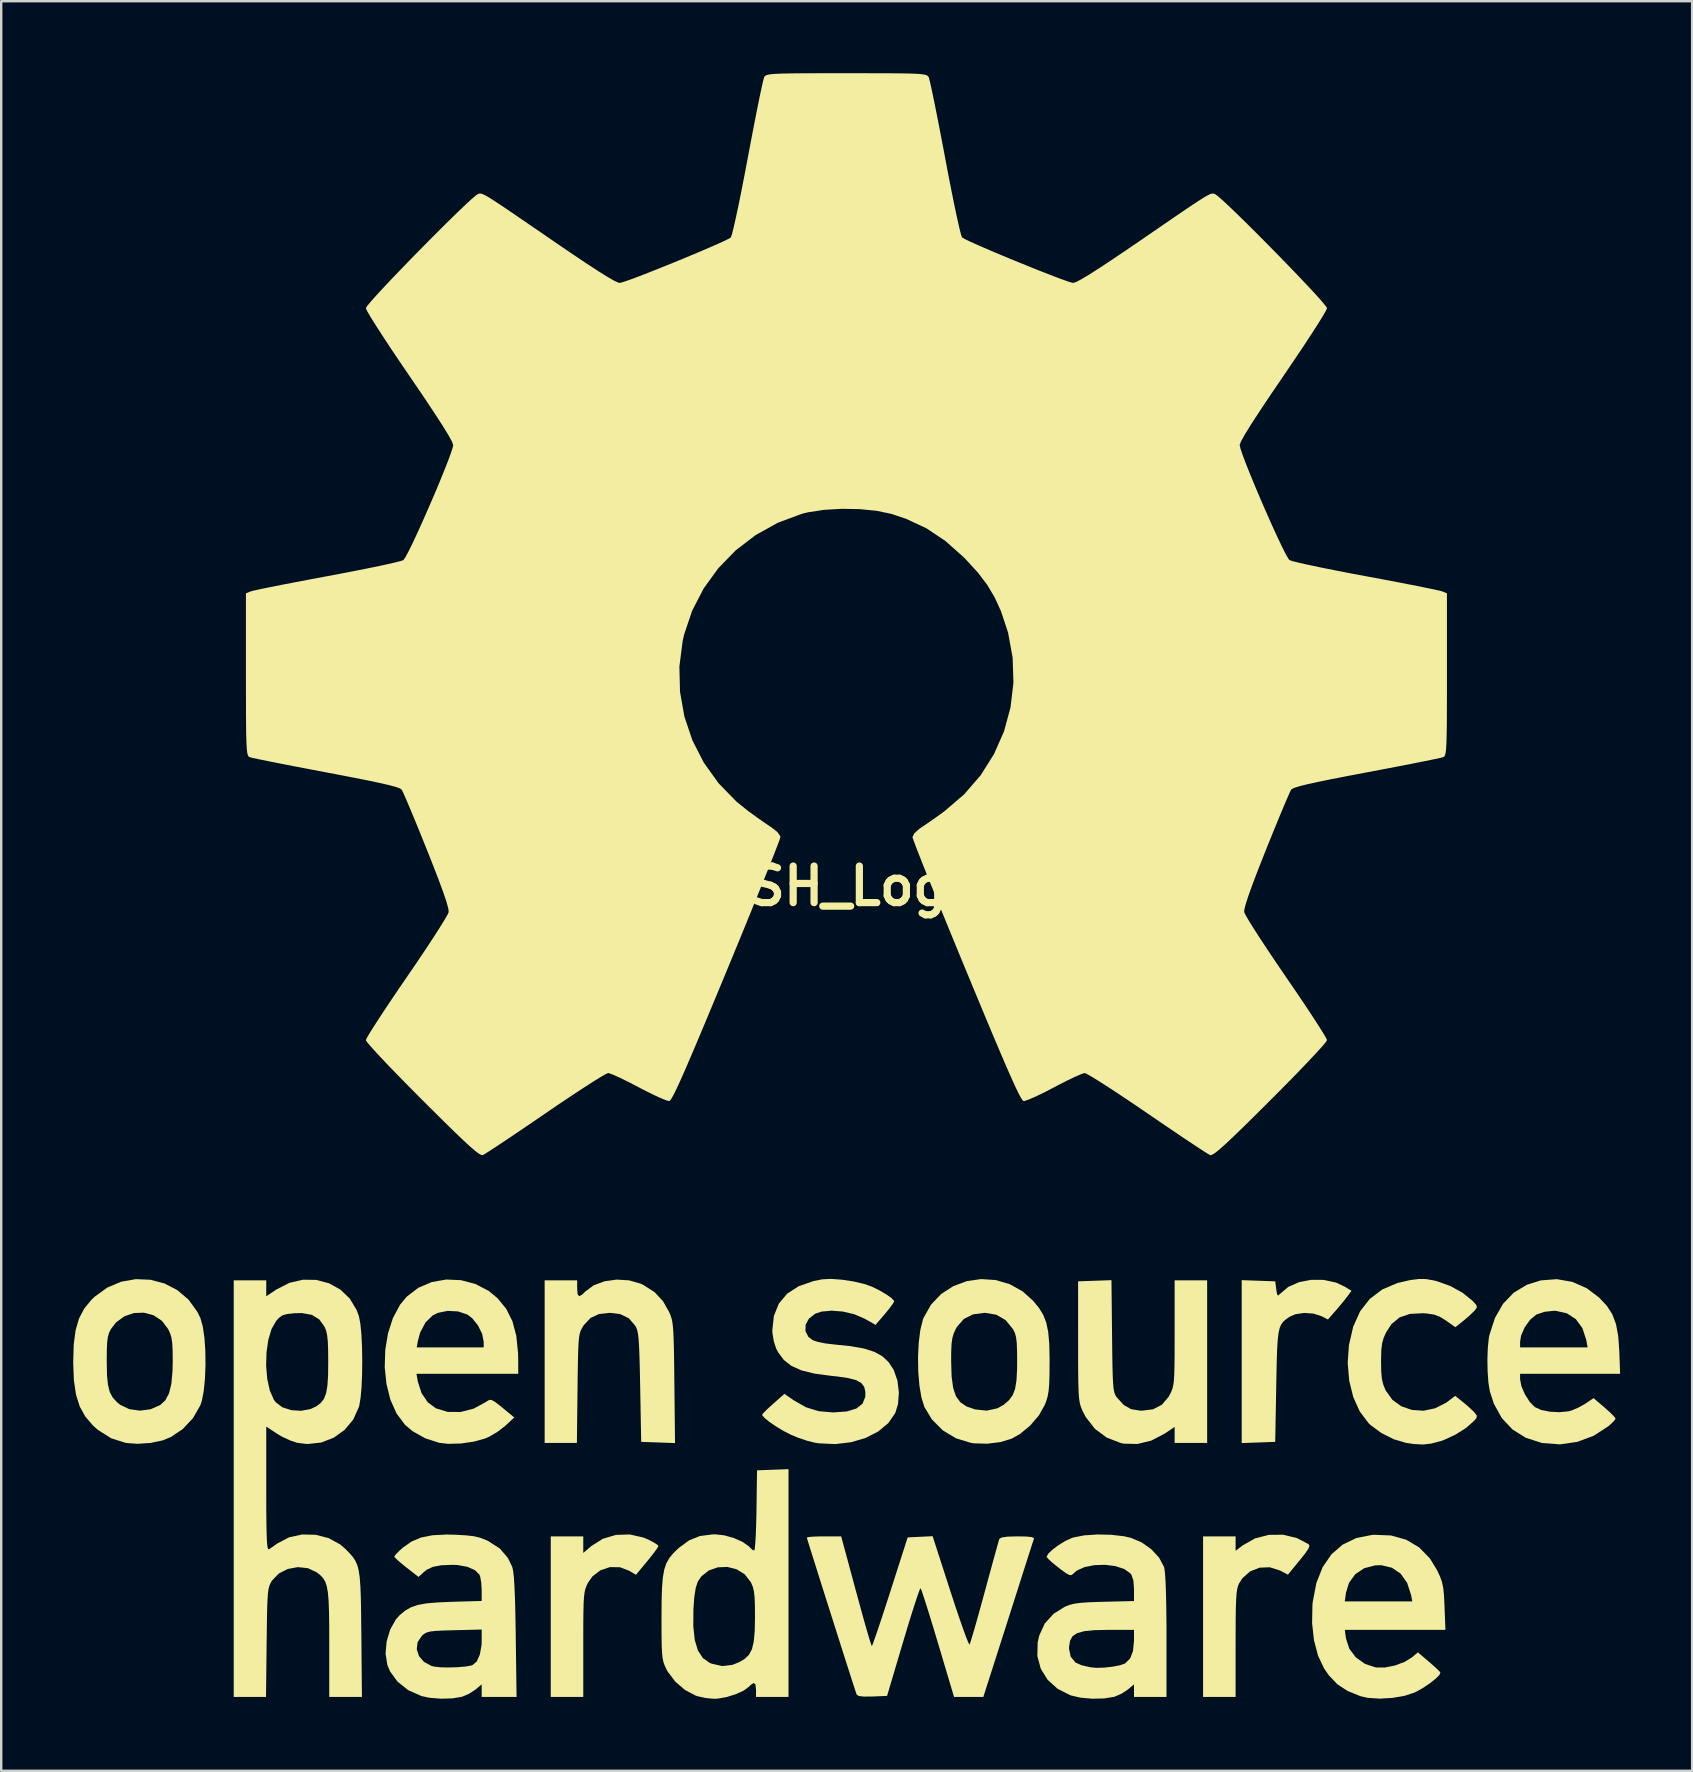
<source format=kicad_pcb>
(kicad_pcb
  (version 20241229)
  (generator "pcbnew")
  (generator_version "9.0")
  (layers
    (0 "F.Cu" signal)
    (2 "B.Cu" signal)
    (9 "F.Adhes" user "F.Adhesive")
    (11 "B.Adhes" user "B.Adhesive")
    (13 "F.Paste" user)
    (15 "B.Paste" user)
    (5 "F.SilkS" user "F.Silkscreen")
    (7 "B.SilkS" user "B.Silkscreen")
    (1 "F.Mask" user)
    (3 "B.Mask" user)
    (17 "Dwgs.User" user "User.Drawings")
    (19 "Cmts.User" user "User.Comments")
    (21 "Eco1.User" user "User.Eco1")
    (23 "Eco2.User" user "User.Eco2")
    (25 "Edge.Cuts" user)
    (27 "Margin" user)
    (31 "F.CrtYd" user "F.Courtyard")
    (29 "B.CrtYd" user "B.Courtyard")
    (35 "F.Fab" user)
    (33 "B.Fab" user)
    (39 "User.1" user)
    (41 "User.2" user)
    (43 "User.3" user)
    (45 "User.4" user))
  (footprint "OSH_Logo"
    (layer "F.Cu")
    (at 32.173 33.867)
    (property "Reference" "OSH_Logo" (at 0 0 0) (layer "F.SilkS") (effects (font (size 1.524 1.524) (thickness 0.3))))
    (attr board_only exclude_from_pos_files exclude_from_bom)
    (fp_poly (pts (xy 18.807 27.162) (xy 19.295 27.417) (xy 19.331 27.483) (xy 19.292 27.6) (xy 19.164 27.791) (xy 18.935 28.081) (xy 18.924 28.094) (xy 18.435 28.688) (xy 18.104 28.515) (xy 17.679 28.38) (xy 17.253 28.397) (xy 16.86 28.553) (xy 16.538 28.838) (xy 16.404 29.047) (xy 16.359 29.153) (xy 16.323 29.287) (xy 16.297 29.47) (xy 16.279 29.722) (xy 16.266 30.066) (xy 16.26 30.523) (xy 16.257 31.115) (xy 16.256 31.559) (xy 16.256 33.782) (xy 14.901 33.782) (xy 14.901 27.093) (xy 16.256 27.093) (xy 16.256 27.695) (xy 16.552 27.469) (xy 17.067 27.178) (xy 17.638 27.03) (xy 18.23 27.024)) (stroke (width 0) (type solid)) (fill yes) (layer "F.SilkS"))
    (fp_poly (pts (xy -8.416 27.142) (xy -8.234 27.217) (xy -7.994 27.34) (xy -7.833 27.444) (xy -7.789 27.494) (xy -7.84 27.587) (xy -7.976 27.775) (xy -8.171 28.023) (xy -8.259 28.13) (xy -8.728 28.695) (xy -8.999 28.53) (xy -9.398 28.378) (xy -9.814 28.374) (xy -10.209 28.506) (xy -10.542 28.763) (xy -10.732 29.037) (xy -10.79 29.16) (xy -10.835 29.283) (xy -10.868 29.429) (xy -10.892 29.622) (xy -10.907 29.883) (xy -10.916 30.237) (xy -10.921 30.705) (xy -10.922 31.31) (xy -10.922 31.599) (xy -10.922 33.782) (xy -12.277 33.782) (xy -12.277 27.093) (xy -10.922 27.093) (xy -10.922 27.784) (xy -10.584 27.495) (xy -10.108 27.194) (xy -9.564 27.032) (xy -8.988 27.013)) (stroke (width 0) (type solid)) (fill yes) (layer "F.SilkS"))
    (fp_poly (pts (xy 19.926 16.408) (xy 20.433 16.517) (xy 20.805 16.691) (xy 21.083 16.863) (xy 20.918 17.089) (xy 20.767 17.282) (xy 20.56 17.532) (xy 20.428 17.686) (xy 20.102 18.057) (xy 19.834 17.919) (xy 19.497 17.811) (xy 19.108 17.785) (xy 18.741 17.84) (xy 18.516 17.938) (xy 18.368 18.038) (xy 18.251 18.137) (xy 18.161 18.254) (xy 18.093 18.409) (xy 18.044 18.623) (xy 18.01 18.916) (xy 17.986 19.308) (xy 17.97 19.819) (xy 17.956 20.47) (xy 17.949 20.828) (xy 17.907 23.156) (xy 17.209 23.181) (xy 16.51 23.206) (xy 16.51 16.418) (xy 17.907 16.468) (xy 17.949 16.799) (xy 17.983 17.002) (xy 18.025 17.062) (xy 18.096 17.003) (xy 18.107 16.991) (xy 18.448 16.701) (xy 18.893 16.504) (xy 19.399 16.405)) (stroke (width 0) (type solid)) (fill yes) (layer "F.SilkS"))
    (fp_poly (pts (xy 11.109 18.744) (xy 11.117 19.435) (xy 11.125 19.978) (xy 11.136 20.392) (xy 11.151 20.699) (xy 11.171 20.919) (xy 11.198 21.072) (xy 11.233 21.18) (xy 11.279 21.263) (xy 11.308 21.304) (xy 11.595 21.618) (xy 11.901 21.793) (xy 12.279 21.855) (xy 12.345 21.857) (xy 12.815 21.799) (xy 13.182 21.61) (xy 13.463 21.282) (xy 13.525 21.168) (xy 13.584 21.046) (xy 13.629 20.924) (xy 13.662 20.778) (xy 13.686 20.586) (xy 13.701 20.325) (xy 13.71 19.972) (xy 13.715 19.504) (xy 13.716 18.899) (xy 13.716 18.609) (xy 13.716 16.425) (xy 15.071 16.425) (xy 15.071 23.199) (xy 13.716 23.199) (xy 13.716 22.533) (xy 13.295 22.816) (xy 12.741 23.104) (xy 12.166 23.244) (xy 11.602 23.231) (xy 11.472 23.204) (xy 10.886 22.978) (xy 10.397 22.615) (xy 10.014 22.124) (xy 9.89 21.886) (xy 9.834 21.759) (xy 9.79 21.635) (xy 9.756 21.491) (xy 9.732 21.308) (xy 9.715 21.064) (xy 9.704 20.737) (xy 9.698 20.307) (xy 9.695 19.753) (xy 9.695 19.052) (xy 9.695 18.965) (xy 9.694 16.468) (xy 10.389 16.443) (xy 11.084 16.419)) (stroke (width 0) (type solid)) (fill yes) (layer "F.SilkS"))
    (fp_poly (pts (xy -9.014 16.426) (xy -8.531 16.565) (xy -8.424 16.615) (xy -7.952 16.918) (xy -7.6 17.295) (xy -7.349 17.738) (xy -7.293 17.865) (xy -7.249 17.993) (xy -7.215 18.141) (xy -7.189 18.331) (xy -7.169 18.584) (xy -7.155 18.921) (xy -7.144 19.364) (xy -7.135 19.932) (xy -7.127 20.648) (xy -7.127 20.683) (xy -7.099 23.206) (xy -8.509 23.156) (xy -8.551 20.87) (xy -8.565 20.178) (xy -8.579 19.634) (xy -8.595 19.218) (xy -8.614 18.908) (xy -8.638 18.684) (xy -8.669 18.524) (xy -8.708 18.408) (xy -8.753 18.321) (xy -9.022 18.01) (xy -9.379 17.833) (xy -9.817 17.78) (xy -10.273 17.831) (xy -10.623 17.996) (xy -10.897 18.291) (xy -10.935 18.349) (xy -10.995 18.451) (xy -11.041 18.554) (xy -11.077 18.682) (xy -11.103 18.855) (xy -11.122 19.096) (xy -11.136 19.426) (xy -11.146 19.867) (xy -11.155 20.44) (xy -11.161 20.934) (xy -11.188 23.199) (xy -12.531 23.199) (xy -12.531 16.425) (xy -11.176 16.425) (xy -11.176 16.764) (xy -11.158 17.005) (xy -11.094 17.088) (xy -10.965 17.017) (xy -10.839 16.893) (xy -10.489 16.634) (xy -10.038 16.466) (xy -9.531 16.395)) (stroke (width 0) (type solid)) (fill yes) (layer "F.SilkS"))
    (fp_poly (pts (xy -16.016 16.419) (xy -15.415 16.578) (xy -14.861 16.868) (xy -14.49 17.175) (xy -14.13 17.617) (xy -13.874 18.129) (xy -13.712 18.736) (xy -13.639 19.461) (xy -13.632 19.791) (xy -13.631 20.32) (xy -17.872 20.32) (xy -17.816 20.637) (xy -17.662 21.123) (xy -17.402 21.507) (xy -17.06 21.759) (xy -16.566 21.908) (xy -16.031 21.911) (xy -15.491 21.772) (xy -14.982 21.497) (xy -14.94 21.467) (xy -14.842 21.409) (xy -14.743 21.41) (xy -14.605 21.485) (xy -14.392 21.649) (xy -14.282 21.74) (xy -13.796 22.14) (xy -14.182 22.495) (xy -14.48 22.726) (xy -14.821 22.93) (xy -15.01 23.015) (xy -15.486 23.147) (xy -16.023 23.224) (xy -16.546 23.238) (xy -16.922 23.196) (xy -17.505 23.008) (xy -18.035 22.711) (xy -18.348 22.447) (xy -18.7 21.977) (xy -18.958 21.398) (xy -19.122 20.743) (xy -19.194 20.044) (xy -19.172 19.332) (xy -19.154 19.219) (xy -17.86 19.219) (xy -15.071 19.219) (xy -15.071 18.979) (xy -15.137 18.652) (xy -15.308 18.306) (xy -15.545 18.008) (xy -15.749 17.852) (xy -16.138 17.721) (xy -16.57 17.698) (xy -16.978 17.78) (xy -17.196 17.887) (xy -17.498 18.183) (xy -17.717 18.6) (xy -17.811 18.944) (xy -17.86 19.219) (xy -19.154 19.219) (xy -19.059 18.64) (xy -18.854 18) (xy -18.557 17.445) (xy -18.281 17.109) (xy -17.795 16.737) (xy -17.236 16.498) (xy -16.632 16.392)) (stroke (width 0) (type solid)) (fill yes) (layer "F.SilkS"))
    (fp_poly (pts (xy 22.733 27.056) (xy 23.361 27.232) (xy 23.902 27.552) (xy 24.35 28.011) (xy 24.647 28.496) (xy 24.771 28.761) (xy 24.853 28.989) (xy 24.906 29.232) (xy 24.937 29.537) (xy 24.958 29.955) (xy 24.961 30.023) (xy 24.998 30.988) (xy 20.806 30.988) (xy 20.853 31.341) (xy 20.992 31.771) (xy 21.266 32.135) (xy 21.648 32.407) (xy 22.097 32.554) (xy 22.473 32.557) (xy 22.903 32.471) (xy 23.312 32.316) (xy 23.604 32.133) (xy 23.851 31.925) (xy 24.308 32.314) (xy 24.537 32.514) (xy 24.709 32.675) (xy 24.788 32.763) (xy 24.789 32.765) (xy 24.747 32.867) (xy 24.591 33.024) (xy 24.357 33.21) (xy 24.079 33.398) (xy 23.793 33.56) (xy 23.711 33.6) (xy 23.289 33.738) (xy 22.781 33.824) (xy 22.25 33.853) (xy 21.762 33.82) (xy 21.463 33.753) (xy 20.919 33.532) (xy 20.495 33.255) (xy 20.144 32.886) (xy 19.943 32.597) (xy 19.692 32.068) (xy 19.523 31.427) (xy 19.443 30.711) (xy 19.457 29.958) (xy 19.471 29.814) (xy 19.474 29.803) (xy 20.806 29.803) (xy 23.618 29.803) (xy 23.565 29.527) (xy 23.402 29.027) (xy 23.133 28.648) (xy 22.772 28.401) (xy 22.33 28.295) (xy 22.077 28.3) (xy 21.614 28.42) (xy 21.24 28.671) (xy 20.978 29.033) (xy 20.853 29.45) (xy 20.806 29.803) (xy 19.474 29.803) (xy 19.621 29.036) (xy 19.882 28.377) (xy 20.249 27.842) (xy 20.717 27.436) (xy 21.282 27.164) (xy 21.939 27.033) (xy 22.024 27.027)) (stroke (width 0) (type solid)) (fill yes) (layer "F.SilkS"))
    (fp_poly (pts (xy 30.284 16.489) (xy 30.891 16.758) (xy 31.4 17.143) (xy 31.722 17.485) (xy 31.952 17.843) (xy 32.106 18.253) (xy 32.198 18.754) (xy 32.242 19.367) (xy 32.276 20.32) (xy 28.109 20.32) (xy 28.109 20.556) (xy 28.166 20.845) (xy 28.312 21.179) (xy 28.511 21.49) (xy 28.722 21.707) (xy 28.986 21.826) (xy 29.35 21.899) (xy 29.75 21.92) (xy 30.122 21.883) (xy 30.255 21.848) (xy 30.528 21.732) (xy 30.815 21.573) (xy 30.863 21.541) (xy 31.169 21.333) (xy 31.629 21.726) (xy 31.855 21.928) (xy 32.019 22.092) (xy 32.088 22.184) (xy 32.089 22.187) (xy 32.029 22.277) (xy 31.877 22.426) (xy 31.79 22.502) (xy 31.176 22.901) (xy 30.492 23.156) (xy 29.77 23.26) (xy 29.039 23.204) (xy 28.998 23.196) (xy 28.343 22.984) (xy 27.792 22.639) (xy 27.348 22.167) (xy 27.018 21.571) (xy 26.847 21.046) (xy 26.789 20.686) (xy 26.756 20.221) (xy 26.747 19.713) (xy 26.765 19.224) (xy 26.791 18.979) (xy 28.109 18.979) (xy 28.109 19.219) (xy 30.922 19.219) (xy 30.864 18.902) (xy 30.704 18.415) (xy 30.432 18.044) (xy 30.062 17.801) (xy 29.606 17.698) (xy 29.514 17.695) (xy 29.128 17.737) (xy 28.8 17.846) (xy 28.787 17.852) (xy 28.528 18.066) (xy 28.302 18.38) (xy 28.15 18.728) (xy 28.109 18.979) (xy 26.791 18.979) (xy 26.808 18.818) (xy 26.829 18.711) (xy 27.061 17.992) (xy 27.401 17.4) (xy 27.847 16.938) (xy 28.396 16.608) (xy 28.973 16.428) (xy 29.638 16.377)) (stroke (width 0) (type solid)) (fill yes) (layer "F.SilkS"))
    (fp_poly (pts (xy 24.182 16.372) (xy 24.502 16.428) (xy 24.639 16.461) (xy 25.19 16.657) (xy 25.705 16.939) (xy 26.123 17.274) (xy 26.16 17.312) (xy 26.289 17.461) (xy 26.307 17.559) (xy 26.222 17.676) (xy 26.197 17.704) (xy 26.028 17.869) (xy 25.801 18.067) (xy 25.723 18.13) (xy 25.412 18.378) (xy 25.022 18.103) (xy 24.764 17.942) (xy 24.521 17.851) (xy 24.216 17.807) (xy 24.063 17.797) (xy 23.522 17.823) (xy 23.091 17.969) (xy 22.754 18.245) (xy 22.529 18.589) (xy 22.425 18.82) (xy 22.361 19.045) (xy 22.328 19.317) (xy 22.317 19.691) (xy 22.316 19.812) (xy 22.323 20.229) (xy 22.351 20.529) (xy 22.407 20.767) (xy 22.501 20.995) (xy 22.512 21.017) (xy 22.787 21.402) (xy 23.162 21.674) (xy 23.606 21.827) (xy 24.086 21.857) (xy 24.572 21.756) (xy 25.033 21.521) (xy 25.099 21.472) (xy 25.404 21.24) (xy 25.719 21.49) (xy 25.949 21.683) (xy 26.147 21.868) (xy 26.196 21.919) (xy 26.304 22.055) (xy 26.297 22.154) (xy 26.196 22.277) (xy 25.86 22.573) (xy 25.422 22.851) (xy 24.947 23.072) (xy 24.787 23.127) (xy 24.404 23.228) (xy 24.062 23.266) (xy 23.687 23.246) (xy 23.362 23.198) (xy 22.849 23.048) (xy 22.33 22.788) (xy 21.882 22.458) (xy 21.795 22.374) (xy 21.43 21.891) (xy 21.159 21.292) (xy 20.989 20.607) (xy 20.927 19.867) (xy 20.978 19.125) (xy 21.155 18.358) (xy 21.443 17.717) (xy 21.845 17.201) (xy 22.362 16.809) (xy 22.997 16.537) (xy 23.513 16.418) (xy 23.883 16.37)) (stroke (width 0) (type solid)) (fill yes) (layer "F.SilkS"))
    (fp_poly (pts (xy -28.956 16.402) (xy -28.371 16.556) (xy -27.833 16.834) (xy -27.368 17.23) (xy -26.999 17.74) (xy -26.871 18.004) (xy -26.774 18.349) (xy -26.706 18.816) (xy -26.669 19.361) (xy -26.661 19.942) (xy -26.683 20.513) (xy -26.734 21.03) (xy -26.815 21.45) (xy -26.874 21.627) (xy -27.179 22.161) (xy -27.6 22.614) (xy -28.101 22.953) (xy -28.448 23.095) (xy -28.952 23.201) (xy -29.502 23.237) (xy -29.979 23.2) (xy -30.588 23.008) (xy -31.143 22.658) (xy -31.354 22.47) (xy -31.67 22.101) (xy -31.9 21.684) (xy -32.056 21.191) (xy -32.144 20.595) (xy -32.173 19.866) (xy -32.173 19.812) (xy -30.776 19.812) (xy -30.766 20.359) (xy -30.727 20.769) (xy -30.651 21.076) (xy -30.526 21.311) (xy -30.344 21.508) (xy -30.216 21.611) (xy -29.841 21.792) (xy -29.401 21.855) (xy -28.952 21.798) (xy -28.547 21.621) (xy -28.547 21.621) (xy -28.334 21.423) (xy -28.181 21.134) (xy -28.084 20.735) (xy -28.035 20.204) (xy -28.027 19.809) (xy -28.03 19.365) (xy -28.046 19.048) (xy -28.08 18.815) (xy -28.139 18.626) (xy -28.215 18.46) (xy -28.479 18.11) (xy -28.828 17.881) (xy -29.227 17.774) (xy -29.643 17.788) (xy -30.043 17.925) (xy -30.393 18.183) (xy -30.602 18.458) (xy -30.677 18.606) (xy -30.727 18.774) (xy -30.757 18.999) (xy -30.772 19.316) (xy -30.776 19.762) (xy -30.776 19.812) (xy -32.173 19.812) (xy -32.15 19.088) (xy -32.072 18.499) (xy -31.93 18.014) (xy -31.715 17.604) (xy -31.417 17.24) (xy -31.289 17.116) (xy -30.756 16.728) (xy -30.173 16.483) (xy -29.565 16.376)) (stroke (width 0) (type solid)) (fill yes) (layer "F.SilkS"))
    (fp_poly (pts (xy 6.253 16.413) (xy 6.839 16.583) (xy 7.384 16.886) (xy 7.822 17.279) (xy 8.064 17.575) (xy 8.244 17.868) (xy 8.369 18.193) (xy 8.449 18.58) (xy 8.492 19.062) (xy 8.506 19.672) (xy 8.506 19.854) (xy 8.502 20.368) (xy 8.49 20.748) (xy 8.466 21.033) (xy 8.426 21.259) (xy 8.365 21.463) (xy 8.313 21.602) (xy 8.063 22.049) (xy 7.698 22.476) (xy 7.268 22.831) (xy 6.919 23.026) (xy 6.45 23.166) (xy 5.904 23.233) (xy 5.364 23.217) (xy 5.231 23.198) (xy 4.607 23.008) (xy 4.056 22.676) (xy 3.603 22.221) (xy 3.292 21.705) (xy 3.169 21.318) (xy 3.083 20.81) (xy 3.035 20.228) (xy 3.028 19.809) (xy 4.405 19.809) (xy 4.424 20.427) (xy 4.487 20.901) (xy 4.604 21.253) (xy 4.787 21.506) (xy 5.047 21.681) (xy 5.395 21.802) (xy 5.398 21.803) (xy 5.893 21.855) (xy 6.341 21.755) (xy 6.597 21.608) (xy 6.815 21.42) (xy 6.969 21.209) (xy 7.07 20.944) (xy 7.127 20.593) (xy 7.152 20.122) (xy 7.154 19.812) (xy 7.151 19.352) (xy 7.137 19.024) (xy 7.109 18.792) (xy 7.061 18.62) (xy 6.989 18.472) (xy 6.98 18.458) (xy 6.675 18.084) (xy 6.286 17.858) (xy 5.817 17.78) (xy 5.807 17.78) (xy 5.318 17.843) (xy 4.934 18.035) (xy 4.648 18.362) (xy 4.593 18.46) (xy 4.508 18.647) (xy 4.453 18.84) (xy 4.421 19.08) (xy 4.407 19.41) (xy 4.405 19.809) (xy 3.028 19.809) (xy 3.025 19.617) (xy 3.054 19.021) (xy 3.122 18.487) (xy 3.229 18.059) (xy 3.258 17.983) (xy 3.572 17.432) (xy 3.993 16.992) (xy 4.496 16.667) (xy 5.057 16.459) (xy 5.651 16.373)) (stroke (width 0) (type solid)) (fill yes) (layer "F.SilkS"))
    (fp_poly (pts (xy -2.371 33.782) (xy -3.725 33.782) (xy -3.725 33.486) (xy -3.748 33.264) (xy -3.822 33.201) (xy -3.959 33.293) (xy -4.02 33.357) (xy -4.242 33.52) (xy -4.574 33.671) (xy -4.956 33.789) (xy -5.329 33.854) (xy -5.485 33.86) (xy -5.822 33.827) (xy -6.159 33.753) (xy -6.233 33.73) (xy -6.682 33.494) (xy -7.093 33.141) (xy -7.411 32.718) (xy -7.464 32.618) (xy -7.531 32.473) (xy -7.581 32.332) (xy -7.617 32.167) (xy -7.64 31.951) (xy -7.654 31.657) (xy -7.66 31.258) (xy -7.662 30.845) (xy -6.338 30.845) (xy -6.276 31.414) (xy -6.145 31.85) (xy -5.94 32.162) (xy -5.657 32.363) (xy -5.574 32.397) (xy -5.13 32.497) (xy -4.713 32.448) (xy -4.437 32.339) (xy -4.194 32.197) (xy -4.015 32.022) (xy -3.893 31.788) (xy -3.818 31.469) (xy -3.779 31.036) (xy -3.768 30.462) (xy -3.768 30.438) (xy -3.771 29.964) (xy -3.785 29.622) (xy -3.813 29.376) (xy -3.86 29.189) (xy -3.93 29.023) (xy -3.943 28.998) (xy -4.195 28.674) (xy -4.534 28.464) (xy -4.921 28.366) (xy -5.32 28.383) (xy -5.693 28.514) (xy -6.003 28.76) (xy -6.148 28.973) (xy -6.237 29.239) (xy -6.3 29.646) (xy -6.333 30.129) (xy -6.338 30.845) (xy -7.662 30.845) (xy -7.662 30.727) (xy -7.662 30.48) (xy -7.658 29.788) (xy -7.642 29.239) (xy -7.607 28.81) (xy -7.548 28.475) (xy -7.458 28.209) (xy -7.331 27.987) (xy -7.161 27.783) (xy -6.945 27.577) (xy -6.518 27.262) (xy -6.066 27.08) (xy -5.535 27.011) (xy -5.409 27.009) (xy -5.037 27.052) (xy -4.644 27.164) (xy -4.288 27.322) (xy -4.029 27.504) (xy -3.99 27.546) (xy -3.866 27.659) (xy -3.801 27.686) (xy -3.778 27.606) (xy -3.756 27.381) (xy -3.735 27.039) (xy -3.719 26.603) (xy -3.707 26.101) (xy -3.706 26.014) (xy -3.683 24.342) (xy -3.027 24.317) (xy -2.371 24.292)) (stroke (width 0) (type solid)) (fill yes) (layer "F.SilkS"))
    (fp_poly (pts (xy -0.149 16.399) (xy 0.334 16.472) (xy 0.781 16.576) (xy 1.09 16.684) (xy 1.41 16.841) (xy 1.697 17.008) (xy 1.914 17.161) (xy 2.025 17.277) (xy 2.031 17.301) (xy 1.98 17.396) (xy 1.846 17.58) (xy 1.656 17.813) (xy 1.644 17.827) (xy 1.255 18.281) (xy 0.785 18.016) (xy 0.368 17.838) (xy -0.104 17.727) (xy -0.578 17.689) (xy -1.001 17.729) (xy -1.259 17.816) (xy -1.522 18.023) (xy -1.659 18.279) (xy -1.666 18.546) (xy -1.539 18.786) (xy -1.36 18.92) (xy -1.151 18.991) (xy -0.84 19.054) (xy -0.495 19.095) (xy -0.493 19.096) (xy 0.21 19.167) (xy 0.768 19.266) (xy 1.203 19.404) (xy 1.538 19.588) (xy 1.797 19.831) (xy 2.001 20.14) (xy 2.017 20.171) (xy 2.168 20.605) (xy 2.227 21.098) (xy 2.191 21.583) (xy 2.076 21.955) (xy 1.787 22.374) (xy 1.367 22.723) (xy 0.842 22.992) (xy 0.238 23.17) (xy -0.418 23.248) (xy -1.099 23.217) (xy -1.27 23.191) (xy -1.603 23.108) (xy -1.989 22.977) (xy -2.273 22.858) (xy -2.583 22.698) (xy -2.893 22.512) (xy -3.167 22.324) (xy -3.37 22.16) (xy -3.467 22.044) (xy -3.47 22.027) (xy -3.411 21.948) (xy -3.254 21.791) (xy -3.033 21.589) (xy -3.005 21.564) (xy -2.542 21.157) (xy -2.161 21.419) (xy -1.645 21.714) (xy -1.119 21.877) (xy -0.518 21.929) (xy -0.495 21.929) (xy 0.054 21.889) (xy 0.456 21.768) (xy 0.713 21.565) (xy 0.829 21.278) (xy 0.831 21.065) (xy 0.78 20.858) (xy 0.659 20.702) (xy 0.446 20.585) (xy 0.118 20.498) (xy -0.347 20.43) (xy -0.59 20.405) (xy -1.28 20.314) (xy -1.825 20.18) (xy -2.247 19.993) (xy -2.567 19.743) (xy -2.807 19.419) (xy -2.888 19.262) (xy -2.986 18.958) (xy -3.042 18.611) (xy -3.046 18.509) (xy -2.979 17.904) (xy -2.774 17.396) (xy -2.43 16.984) (xy -1.948 16.671) (xy -1.328 16.455) (xy -0.962 16.383) (xy -0.603 16.366)) (stroke (width 0) (type solid)) (fill yes) (layer "F.SilkS"))
    (fp_poly (pts (xy -16.252 27.025) (xy -15.812 27.05) (xy -15.489 27.086) (xy -15.233 27.146) (xy -14.993 27.238) (xy -14.869 27.296) (xy -14.4 27.598) (xy -14.064 27.99) (xy -13.882 28.363) (xy -13.845 28.52) (xy -13.814 28.786) (xy -13.789 29.173) (xy -13.767 29.693) (xy -13.75 30.359) (xy -13.736 31.182) (xy -13.736 31.221) (xy -13.701 33.782) (xy -15.155 33.782) (xy -15.155 33.259) (xy -15.412 33.475) (xy -15.674 33.647) (xy -15.963 33.772) (xy -15.983 33.778) (xy -16.379 33.843) (xy -16.854 33.856) (xy -17.324 33.818) (xy -17.668 33.745) (xy -18.215 33.501) (xy -18.657 33.151) (xy -18.973 32.717) (xy -19.086 32.446) (xy -19.159 31.978) (xy -19.143 31.794) (xy -17.86 31.794) (xy -17.767 32.081) (xy -17.558 32.324) (xy -17.249 32.489) (xy -17.14 32.518) (xy -16.879 32.548) (xy -16.532 32.555) (xy -16.16 32.544) (xy -15.821 32.515) (xy -15.577 32.472) (xy -15.54 32.459) (xy -15.363 32.307) (xy -15.233 32.023) (xy -15.163 31.643) (xy -15.155 31.451) (xy -15.155 30.975) (xy -16.292 31.003) (xy -16.755 31.016) (xy -17.08 31.032) (xy -17.301 31.058) (xy -17.449 31.098) (xy -17.557 31.159) (xy -17.646 31.236) (xy -17.825 31.501) (xy -17.86 31.794) (xy -19.143 31.794) (xy -19.115 31.47) (xy -18.967 30.976) (xy -18.73 30.553) (xy -18.574 30.379) (xy -18.347 30.19) (xy -18.106 30.05) (xy -17.819 29.951) (xy -17.455 29.885) (xy -16.983 29.844) (xy -16.404 29.82) (xy -15.155 29.784) (xy -15.155 29.322) (xy -15.172 29.028) (xy -15.214 28.782) (xy -15.247 28.689) (xy -15.436 28.5) (xy -15.753 28.361) (xy -16.161 28.287) (xy -16.37 28.279) (xy -16.842 28.298) (xy -17.189 28.364) (xy -17.447 28.486) (xy -17.569 28.583) (xy -17.785 28.783) (xy -18.29 28.39) (xy -18.533 28.194) (xy -18.712 28.034) (xy -18.794 27.94) (xy -18.796 27.933) (xy -18.737 27.847) (xy -18.584 27.692) (xy -18.438 27.562) (xy -18.082 27.311) (xy -17.68 27.141) (xy -17.2 27.046) (xy -16.61 27.017)) (stroke (width 0) (type solid)) (fill yes) (layer "F.SilkS"))
    (fp_poly (pts (xy 11.071 27.027) (xy 11.608 27.089) (xy 11.886 27.152) (xy 12.337 27.341) (xy 12.744 27.629) (xy 13.068 27.979) (xy 13.268 28.354) (xy 13.284 28.406) (xy 13.312 28.601) (xy 13.336 28.951) (xy 13.355 29.442) (xy 13.368 30.061) (xy 13.376 30.792) (xy 13.377 31.263) (xy 13.377 33.782) (xy 12.023 33.782) (xy 12.023 33.259) (xy 11.766 33.475) (xy 11.504 33.647) (xy 11.215 33.772) (xy 11.195 33.778) (xy 10.778 33.846) (xy 10.284 33.857) (xy 9.793 33.813) (xy 9.382 33.717) (xy 9.376 33.715) (xy 8.838 33.443) (xy 8.422 33.066) (xy 8.138 32.606) (xy 7.997 32.081) (xy 8.004 31.771) (xy 9.316 31.771) (xy 9.385 32.103) (xy 9.581 32.347) (xy 9.84 32.464) (xy 10.076 32.517) (xy 10.202 32.546) (xy 10.449 32.571) (xy 10.779 32.561) (xy 11.129 32.523) (xy 11.439 32.463) (xy 11.646 32.39) (xy 11.657 32.383) (xy 11.864 32.176) (xy 11.982 31.87) (xy 12.023 31.439) (xy 12.023 31.406) (xy 12.023 30.988) (xy 10.959 30.988) (xy 10.383 31) (xy 9.956 31.042) (xy 9.656 31.123) (xy 9.463 31.254) (xy 9.357 31.444) (xy 9.318 31.702) (xy 9.316 31.771) (xy 8.004 31.771) (xy 8.01 31.512) (xy 8.074 31.227) (xy 8.305 30.725) (xy 8.674 30.316) (xy 9.144 30.024) (xy 9.326 29.951) (xy 9.532 29.899) (xy 9.796 29.863) (xy 10.152 29.838) (xy 10.635 29.821) (xy 10.774 29.818) (xy 12.023 29.787) (xy 12.023 29.296) (xy 11.998 28.933) (xy 11.919 28.698) (xy 11.874 28.636) (xy 11.613 28.45) (xy 11.245 28.331) (xy 10.817 28.278) (xy 10.376 28.292) (xy 9.968 28.372) (xy 9.64 28.518) (xy 9.495 28.645) (xy 9.423 28.706) (xy 9.333 28.704) (xy 9.188 28.625) (xy 8.956 28.456) (xy 8.881 28.399) (xy 8.64 28.205) (xy 8.463 28.045) (xy 8.383 27.951) (xy 8.382 27.945) (xy 8.452 27.814) (xy 8.632 27.641) (xy 8.883 27.454) (xy 9.163 27.284) (xy 9.431 27.161) (xy 9.493 27.14) (xy 9.946 27.052) (xy 10.495 27.014)) (stroke (width 0) (type solid)) (fill yes) (layer "F.SilkS"))
    (fp_poly (pts (xy 4.373 29.376) (xy 4.565 29.961) (xy 4.742 30.487) (xy 4.898 30.933) (xy 5.025 31.281) (xy 5.117 31.51) (xy 5.166 31.602) (xy 5.17 31.602) (xy 5.207 31.506) (xy 5.28 31.269) (xy 5.385 30.913) (xy 5.513 30.461) (xy 5.659 29.934) (xy 5.799 29.422) (xy 5.955 28.846) (xy 6.099 28.321) (xy 6.222 27.871) (xy 6.32 27.518) (xy 6.386 27.286) (xy 6.412 27.199) (xy 6.508 27.14) (xy 6.747 27.105) (xy 7.141 27.093) (xy 7.172 27.093) (xy 7.538 27.1) (xy 7.757 27.122) (xy 7.849 27.162) (xy 7.853 27.199) (xy 7.815 27.31) (xy 7.736 27.555) (xy 7.623 27.908) (xy 7.485 28.34) (xy 7.33 28.824) (xy 7.329 28.829) (xy 7.14 29.423) (xy 6.918 30.117) (xy 6.685 30.849) (xy 6.458 31.558) (xy 6.295 32.068) (xy 5.746 33.782) (xy 4.525 33.782) (xy 3.855 31.533) (xy 3.678 30.946) (xy 3.515 30.413) (xy 3.372 29.956) (xy 3.256 29.597) (xy 3.174 29.355) (xy 3.132 29.253) (xy 3.13 29.251) (xy 3.093 29.32) (xy 3.016 29.531) (xy 2.904 29.865) (xy 2.765 30.3) (xy 2.605 30.817) (xy 2.431 31.396) (xy 2.406 31.479) (xy 1.735 33.74) (xy 1.12 33.765) (xy 0.766 33.768) (xy 0.557 33.743) (xy 0.468 33.685) (xy 0.466 33.68) (xy 0.421 33.546) (xy 0.334 33.279) (xy 0.212 32.899) (xy 0.061 32.427) (xy -0.113 31.884) (xy -0.301 31.291) (xy -0.499 30.669) (xy -0.699 30.038) (xy -0.895 29.42) (xy -1.08 28.835) (xy -1.247 28.305) (xy -1.39 27.85) (xy -1.503 27.491) (xy -1.577 27.248) (xy -1.608 27.144) (xy -1.609 27.141) (xy -1.531 27.12) (xy -1.322 27.103) (xy -1.022 27.094) (xy -0.893 27.093) (xy -0.177 27.093) (xy -0.102 27.369) (xy -0.06 27.526) (xy 0.02 27.82) (xy 0.13 28.226) (xy 0.262 28.716) (xy 0.41 29.265) (xy 0.516 29.654) (xy 0.667 30.208) (xy 0.805 30.704) (xy 0.924 31.118) (xy 1.018 31.431) (xy 1.079 31.618) (xy 1.101 31.663) (xy 1.136 31.586) (xy 1.216 31.367) (xy 1.333 31.028) (xy 1.481 30.588) (xy 1.651 30.069) (xy 1.839 29.49) (xy 1.868 29.399) (xy 2.593 27.136) (xy 3.113 27.111) (xy 3.633 27.085)) (stroke (width 0) (type solid)) (fill yes) (layer "F.SilkS"))
    (fp_poly (pts (xy -22.044 16.408) (xy -21.516 16.548) (xy -21.043 16.81) (xy -20.649 17.188) (xy -20.359 17.673) (xy -20.268 17.927) (xy -20.209 18.236) (xy -20.166 18.673) (xy -20.14 19.195) (xy -20.13 19.763) (xy -20.137 20.333) (xy -20.16 20.866) (xy -20.2 21.319) (xy -20.256 21.652) (xy -20.267 21.693) (xy -20.503 22.221) (xy -20.864 22.656) (xy -21.32 22.983) (xy -21.847 23.185) (xy -22.417 23.246) (xy -22.837 23.196) (xy -23.138 23.096) (xy -23.48 22.935) (xy -23.686 22.813) (xy -24.13 22.52) (xy -24.13 25.108) (xy -24.129 25.863) (xy -24.124 26.462) (xy -24.116 26.921) (xy -24.104 27.254) (xy -24.087 27.474) (xy -24.064 27.597) (xy -24.035 27.637) (xy -24.024 27.633) (xy -23.887 27.544) (xy -23.692 27.406) (xy -23.664 27.386) (xy -23.18 27.133) (xy -22.636 27.014) (xy -22.073 27.027) (xy -21.529 27.167) (xy -21.046 27.432) (xy -20.84 27.609) (xy -20.669 27.784) (xy -20.53 27.942) (xy -20.421 28.103) (xy -20.338 28.289) (xy -20.278 28.518) (xy -20.235 28.812) (xy -20.207 29.191) (xy -20.189 29.675) (xy -20.178 30.284) (xy -20.17 31.039) (xy -20.168 31.178) (xy -20.144 33.782) (xy -21.505 33.782) (xy -21.505 31.559) (xy -21.507 30.825) (xy -21.515 30.238) (xy -21.532 29.781) (xy -21.562 29.431) (xy -21.609 29.169) (xy -21.676 28.974) (xy -21.767 28.825) (xy -21.886 28.702) (xy -22.025 28.593) (xy -22.396 28.418) (xy -22.814 28.374) (xy -23.234 28.451) (xy -23.608 28.641) (xy -23.89 28.935) (xy -23.899 28.948) (xy -23.955 29.046) (xy -24 29.151) (xy -24.034 29.283) (xy -24.059 29.465) (xy -24.077 29.717) (xy -24.091 30.062) (xy -24.101 30.521) (xy -24.109 31.116) (xy -24.114 31.517) (xy -24.14 33.782) (xy -25.485 33.782) (xy -25.485 19.985) (xy -24.135 19.985) (xy -24.09 20.524) (xy -23.985 21.006) (xy -23.819 21.39) (xy -23.737 21.504) (xy -23.459 21.715) (xy -23.087 21.836) (xy -22.675 21.861) (xy -22.275 21.784) (xy -22.044 21.675) (xy -21.86 21.535) (xy -21.726 21.363) (xy -21.636 21.13) (xy -21.581 20.81) (xy -21.554 20.374) (xy -21.548 19.854) (xy -21.552 19.35) (xy -21.565 18.981) (xy -21.593 18.716) (xy -21.636 18.52) (xy -21.7 18.362) (xy -21.923 18.052) (xy -22.23 17.865) (xy -22.643 17.79) (xy -22.944 17.796) (xy -23.252 17.828) (xy -23.45 17.882) (xy -23.597 17.985) (xy -23.717 18.117) (xy -23.911 18.456) (xy -24.045 18.908) (xy -24.12 19.432) (xy -24.135 19.985) (xy -25.485 19.985) (xy -25.485 16.425) (xy -24.13 16.425) (xy -24.13 17.091) (xy -23.709 16.808) (xy -23.165 16.53) (xy -22.602 16.4)) (stroke (width 0) (type solid)) (fill yes) (layer "F.SilkS"))
    (fp_poly (pts (xy 0.882 -33.866) (xy 1.569 -33.865) (xy 2.118 -33.862) (xy 2.546 -33.856) (xy 2.868 -33.847) (xy 3.101 -33.833) (xy 3.26 -33.815) (xy 3.362 -33.791) (xy 3.422 -33.76) (xy 3.457 -33.723) (xy 3.469 -33.703) (xy 3.503 -33.585) (xy 3.565 -33.319) (xy 3.649 -32.926) (xy 3.751 -32.424) (xy 3.868 -31.832) (xy 3.997 -31.17) (xy 4.132 -30.456) (xy 4.154 -30.337) (xy 4.29 -29.62) (xy 4.421 -28.953) (xy 4.542 -28.355) (xy 4.65 -27.846) (xy 4.741 -27.443) (xy 4.81 -27.166) (xy 4.854 -27.033) (xy 4.859 -27.026) (xy 4.971 -26.959) (xy 5.216 -26.841) (xy 5.569 -26.683) (xy 6.004 -26.495) (xy 6.497 -26.287) (xy 7.023 -26.069) (xy 7.555 -25.852) (xy 8.07 -25.645) (xy 8.541 -25.461) (xy 8.945 -25.307) (xy 9.255 -25.196) (xy 9.447 -25.137) (xy 9.486 -25.13) (xy 9.607 -25.166) (xy 9.833 -25.284) (xy 10.17 -25.486) (xy 10.624 -25.777) (xy 11.201 -26.159) (xy 11.906 -26.636) (xy 12.315 -26.916) (xy 13.025 -27.403) (xy 13.607 -27.803) (xy 14.077 -28.123) (xy 14.448 -28.373) (xy 14.732 -28.56) (xy 14.943 -28.694) (xy 15.095 -28.781) (xy 15.2 -28.831) (xy 15.273 -28.852) (xy 15.326 -28.853) (xy 15.373 -28.841) (xy 15.393 -28.834) (xy 15.501 -28.759) (xy 15.707 -28.579) (xy 15.996 -28.311) (xy 16.35 -27.97) (xy 16.755 -27.573) (xy 17.194 -27.136) (xy 17.651 -26.675) (xy 18.111 -26.206) (xy 18.557 -25.746) (xy 18.974 -25.31) (xy 19.346 -24.916) (xy 19.657 -24.579) (xy 19.891 -24.315) (xy 20.031 -24.14) (xy 20.066 -24.077) (xy 20.019 -23.971) (xy 19.887 -23.741) (xy 19.678 -23.406) (xy 19.405 -22.98) (xy 19.077 -22.482) (xy 18.705 -21.926) (xy 18.3 -21.329) (xy 18.246 -21.249) (xy 17.699 -20.446) (xy 17.249 -19.771) (xy 16.895 -19.226) (xy 16.639 -18.811) (xy 16.482 -18.53) (xy 16.426 -18.383) (xy 16.425 -18.378) (xy 16.459 -18.228) (xy 16.552 -17.952) (xy 16.694 -17.576) (xy 16.876 -17.122) (xy 17.085 -16.615) (xy 17.312 -16.08) (xy 17.547 -15.541) (xy 17.778 -15.022) (xy 17.995 -14.548) (xy 18.188 -14.142) (xy 18.346 -13.829) (xy 18.459 -13.633) (xy 18.503 -13.581) (xy 18.624 -13.539) (xy 18.892 -13.472) (xy 19.286 -13.384) (xy 19.787 -13.278) (xy 20.374 -13.16) (xy 21.028 -13.033) (xy 21.678 -12.911) (xy 22.376 -12.781) (xy 23.028 -12.657) (xy 23.612 -12.543) (xy 24.109 -12.444) (xy 24.498 -12.364) (xy 24.76 -12.306) (xy 24.871 -12.276) (xy 25.061 -12.196) (xy 25.061 -8.816) (xy 25.061 -7.968) (xy 25.059 -7.274) (xy 25.056 -6.718) (xy 25.049 -6.284) (xy 25.04 -5.957) (xy 25.026 -5.721) (xy 25.008 -5.561) (xy 24.984 -5.46) (xy 24.954 -5.404) (xy 24.918 -5.376) (xy 24.913 -5.374) (xy 24.798 -5.344) (xy 24.536 -5.287) (xy 24.147 -5.207) (xy 23.651 -5.108) (xy 23.066 -4.994) (xy 22.414 -4.869) (xy 21.722 -4.738) (xy 20.874 -4.577) (xy 20.181 -4.441) (xy 19.63 -4.327) (xy 19.208 -4.234) (xy 18.904 -4.157) (xy 18.703 -4.093) (xy 18.595 -4.041) (xy 18.573 -4.021) (xy 18.516 -3.908) (xy 18.405 -3.658) (xy 18.25 -3.293) (xy 18.058 -2.833) (xy 17.839 -2.298) (xy 17.601 -1.711) (xy 17.522 -1.513) (xy 17.21 -0.726) (xy 16.966 -0.087) (xy 16.787 0.409) (xy 16.672 0.769) (xy 16.617 0.998) (xy 16.613 1.081) (xy 16.669 1.203) (xy 16.81 1.446) (xy 17.026 1.793) (xy 17.306 2.226) (xy 17.637 2.728) (xy 18.009 3.281) (xy 18.358 3.792) (xy 18.754 4.371) (xy 19.118 4.91) (xy 19.438 5.393) (xy 19.703 5.802) (xy 19.904 6.121) (xy 20.028 6.333) (xy 20.066 6.419) (xy 20.008 6.509) (xy 19.842 6.705) (xy 19.581 6.992) (xy 19.238 7.356) (xy 18.827 7.785) (xy 18.359 8.263) (xy 17.848 8.778) (xy 17.71 8.916) (xy 17.097 9.526) (xy 16.592 10.024) (xy 16.183 10.42) (xy 15.861 10.724) (xy 15.615 10.945) (xy 15.434 11.093) (xy 15.307 11.178) (xy 15.224 11.21) (xy 15.191 11.207) (xy 15.085 11.146) (xy 14.857 11) (xy 14.524 10.781) (xy 14.102 10.501) (xy 13.611 10.169) (xy 13.065 9.799) (xy 12.582 9.468) (xy 12.005 9.076) (xy 11.468 8.716) (xy 10.987 8.4) (xy 10.579 8.138) (xy 10.261 7.942) (xy 10.051 7.823) (xy 9.97 7.789) (xy 9.84 7.828) (xy 9.592 7.934) (xy 9.258 8.093) (xy 8.868 8.291) (xy 8.691 8.385) (xy 8.289 8.594) (xy 7.929 8.767) (xy 7.643 8.891) (xy 7.461 8.953) (xy 7.422 8.957) (xy 7.376 8.918) (xy 7.304 8.806) (xy 7.201 8.612) (xy 7.065 8.328) (xy 6.892 7.944) (xy 6.676 7.453) (xy 6.415 6.844) (xy 6.105 6.111) (xy 5.742 5.243) (xy 5.322 4.232) (xy 5.03 3.527) (xy 4.655 2.619) (xy 4.3 1.753) (xy 3.969 0.944) (xy 3.669 0.204) (xy 3.405 -0.453) (xy 3.181 -1.014) (xy 3.003 -1.467) (xy 2.877 -1.798) (xy 2.807 -1.993) (xy 2.794 -2.041) (xy 2.868 -2.196) (xy 3.07 -2.379) (xy 3.154 -2.437) (xy 3.395 -2.599) (xy 3.712 -2.82) (xy 4.045 -3.059) (xy 4.122 -3.116) (xy 4.945 -3.82) (xy 5.637 -4.62) (xy 6.192 -5.502) (xy 6.608 -6.447) (xy 6.878 -7.442) (xy 7 -8.47) (xy 6.967 -9.514) (xy 6.777 -10.56) (xy 6.483 -11.448) (xy 6.218 -12.029) (xy 5.906 -12.552) (xy 5.517 -13.063) (xy 5.02 -13.606) (xy 4.911 -13.716) (xy 4.16 -14.383) (xy 3.379 -14.904) (xy 2.528 -15.302) (xy 1.905 -15.509) (xy 1.3 -15.635) (xy 0.593 -15.705) (xy -0.157 -15.718) (xy -0.891 -15.675) (xy -1.551 -15.575) (xy -1.82 -15.509) (xy -2.818 -15.137) (xy -3.739 -14.625) (xy -4.57 -13.989) (xy -5.297 -13.242) (xy -5.907 -12.399) (xy -6.385 -11.475) (xy -6.719 -10.484) (xy -6.782 -10.208) (xy -6.918 -9.144) (xy -6.891 -8.089) (xy -6.708 -7.058) (xy -6.374 -6.07) (xy -5.898 -5.139) (xy -5.284 -4.284) (xy -4.539 -3.519) (xy -4.038 -3.116) (xy -3.709 -2.878) (xy -3.383 -2.649) (xy -3.118 -2.469) (xy -3.069 -2.437) (xy -2.834 -2.252) (xy -2.717 -2.084) (xy -2.709 -2.041) (xy -2.741 -1.937) (xy -2.833 -1.69) (xy -2.979 -1.313) (xy -3.174 -0.818) (xy -3.414 -0.22) (xy -3.692 0.469) (xy -4.004 1.236) (xy -4.344 2.068) (xy -4.707 2.951) (xy -4.945 3.527) (xy -5.403 4.631) (xy -5.801 5.587) (xy -6.144 6.403) (xy -6.435 7.089) (xy -6.678 7.652) (xy -6.877 8.101) (xy -7.036 8.446) (xy -7.159 8.695) (xy -7.25 8.857) (xy -7.311 8.94) (xy -7.337 8.957) (xy -7.464 8.927) (xy -7.708 8.828) (xy -8.039 8.675) (xy -8.427 8.48) (xy -8.607 8.385) (xy -9.011 8.175) (xy -9.372 7.997) (xy -9.661 7.866) (xy -9.846 7.797) (xy -9.885 7.789) (xy -9.992 7.836) (xy -10.22 7.968) (xy -10.553 8.175) (xy -10.973 8.446) (xy -11.464 8.77) (xy -12.009 9.135) (xy -12.497 9.468) (xy -13.074 9.862) (xy -13.611 10.227) (xy -14.093 10.551) (xy -14.5 10.822) (xy -14.818 11.03) (xy -15.027 11.162) (xy -15.107 11.207) (xy -15.168 11.203) (xy -15.267 11.151) (xy -15.414 11.042) (xy -15.62 10.866) (xy -15.896 10.613) (xy -16.251 10.274) (xy -16.697 9.838) (xy -17.244 9.296) (xy -17.625 8.916) (xy -18.145 8.394) (xy -18.625 7.904) (xy -19.053 7.462) (xy -19.415 7.079) (xy -19.698 6.771) (xy -19.89 6.55) (xy -19.977 6.431) (xy -19.981 6.419) (xy -19.935 6.317) (xy -19.802 6.093) (xy -19.594 5.764) (xy -19.323 5.347) (xy -18.998 4.857) (xy -18.63 4.313) (xy -18.274 3.792) (xy -17.875 3.209) (xy -17.508 2.662) (xy -17.183 2.168) (xy -16.911 1.744) (xy -16.704 1.41) (xy -16.572 1.181) (xy -16.529 1.081) (xy -16.544 0.935) (xy -16.619 0.662) (xy -16.756 0.257) (xy -16.957 -0.287) (xy -17.223 -0.975) (xy -17.437 -1.513) (xy -17.679 -2.114) (xy -17.905 -2.668) (xy -18.107 -3.154) (xy -18.275 -3.552) (xy -18.401 -3.841) (xy -18.477 -4.001) (xy -18.489 -4.021) (xy -18.56 -4.069) (xy -18.718 -4.127) (xy -18.974 -4.197) (xy -19.342 -4.283) (xy -19.834 -4.388) (xy -20.462 -4.513) (xy -21.239 -4.663) (xy -21.637 -4.738) (xy -22.338 -4.871) (xy -22.99 -4.996) (xy -23.573 -5.11) (xy -24.069 -5.209) (xy -24.456 -5.288) (xy -24.716 -5.344) (xy -24.828 -5.374) (xy -24.866 -5.399) (xy -24.896 -5.451) (xy -24.92 -5.545) (xy -24.939 -5.698) (xy -24.953 -5.924) (xy -24.964 -6.239) (xy -24.97 -6.658) (xy -24.974 -7.199) (xy -24.976 -7.875) (xy -24.977 -8.703) (xy -24.977 -8.816) (xy -24.977 -12.196) (xy -24.786 -12.276) (xy -24.661 -12.309) (xy -24.389 -12.369) (xy -23.991 -12.451) (xy -23.487 -12.551) (xy -22.897 -12.665) (xy -22.241 -12.79) (xy -21.593 -12.911) (xy -20.896 -13.042) (xy -20.246 -13.169) (xy -19.664 -13.286) (xy -19.17 -13.391) (xy -18.784 -13.478) (xy -18.526 -13.543) (xy -18.418 -13.581) (xy -18.341 -13.687) (xy -18.211 -13.927) (xy -18.039 -14.275) (xy -17.836 -14.708) (xy -17.613 -15.201) (xy -17.38 -15.73) (xy -17.146 -16.27) (xy -16.924 -16.798) (xy -16.724 -17.289) (xy -16.555 -17.718) (xy -16.428 -18.062) (xy -16.355 -18.296) (xy -16.341 -18.378) (xy -16.391 -18.516) (xy -16.541 -18.789) (xy -16.79 -19.194) (xy -17.138 -19.731) (xy -17.582 -20.398) (xy -18.122 -21.193) (xy -18.161 -21.249) (xy -18.57 -21.85) (xy -18.947 -22.412) (xy -19.281 -22.919) (xy -19.562 -23.355) (xy -19.779 -23.703) (xy -19.922 -23.947) (xy -19.981 -24.071) (xy -19.981 -24.077) (xy -19.923 -24.172) (xy -19.76 -24.368) (xy -19.508 -24.65) (xy -19.182 -25.002) (xy -18.798 -25.407) (xy -18.373 -25.849) (xy -17.922 -26.313) (xy -17.461 -26.781) (xy -17.007 -27.238) (xy -16.574 -27.668) (xy -16.179 -28.054) (xy -15.839 -28.379) (xy -15.568 -28.629) (xy -15.383 -28.786) (xy -15.308 -28.834) (xy -15.259 -28.849) (xy -15.207 -28.854) (xy -15.141 -28.84) (xy -15.045 -28.8) (xy -14.908 -28.724) (xy -14.716 -28.606) (xy -14.455 -28.436) (xy -14.112 -28.206) (xy -13.673 -27.907) (xy -13.126 -27.532) (xy -12.456 -27.073) (xy -12.221 -26.911) (xy -11.45 -26.384) (xy -10.81 -25.955) (xy -10.295 -25.619) (xy -9.899 -25.373) (xy -9.619 -25.213) (xy -9.447 -25.137) (xy -9.402 -25.13) (xy -9.267 -25.164) (xy -9.003 -25.254) (xy -8.635 -25.391) (xy -8.189 -25.564) (xy -7.689 -25.763) (xy -7.16 -25.976) (xy -6.629 -26.195) (xy -6.119 -26.409) (xy -5.657 -26.607) (xy -5.266 -26.779) (xy -4.973 -26.914) (xy -4.803 -27.004) (xy -4.775 -27.024) (xy -4.735 -27.13) (xy -4.67 -27.384) (xy -4.582 -27.766) (xy -4.476 -28.259) (xy -4.357 -28.843) (xy -4.228 -29.499) (xy -4.093 -30.209) (xy -4.069 -30.336) (xy -3.933 -31.055) (xy -3.804 -31.727) (xy -3.685 -32.332) (xy -3.58 -32.85) (xy -3.493 -33.262) (xy -3.428 -33.55) (xy -3.388 -33.693) (xy -3.385 -33.701) (xy -3.357 -33.743) (xy -3.311 -33.777) (xy -3.232 -33.804) (xy -3.104 -33.825) (xy -2.91 -33.841) (xy -2.634 -33.852) (xy -2.261 -33.859) (xy -1.775 -33.864) (xy -1.159 -33.866) (xy -0.398 -33.867) (xy 0.042 -33.867)) (stroke (width 0) (type solid)) (fill yes) (layer "F.SilkS")))
  (gr_rect
    (start -3 -3)
    (end 67.45 70.727)
    (stroke (width 0.1) (type default))
    (fill no)
    (layer "Edge.Cuts")))
</source>
